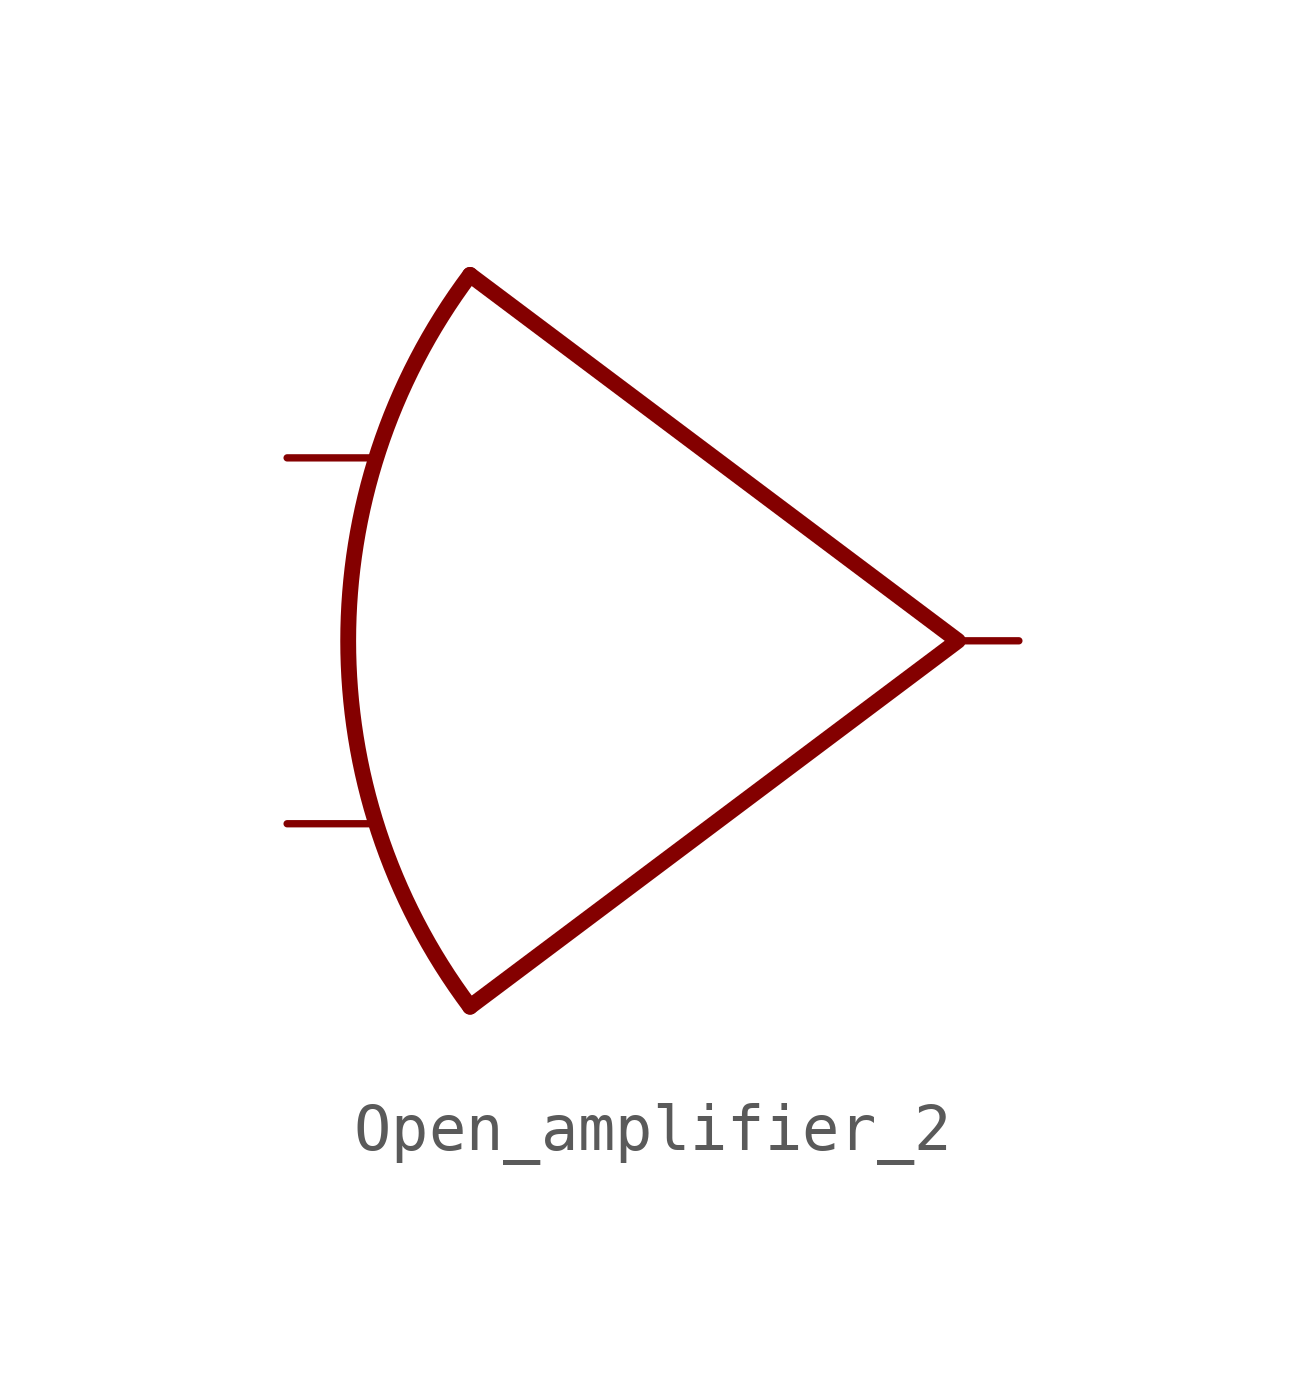
<source format=kicad_sym>
(kicad_symbol_lib
  (version 20211014)
  (generator kicad_symbol_editor)
  (symbol "Open_amplifier_2"
    (property "Reference" "U"
      (at 6.35 10.16 0)
      (effects (font (size 1.27 1.27)) hide))
    (symbol "Open_amplifier_2_0_1"
      (arc (start -5.08 7.62) (mid -7.6182 0) (end -5.08 -7.62) (stroke (width 0.33) (type default) (color 0 0 0 0)) (fill (type none)))
      (polyline (pts (xy -5.08 7.62) (xy 5.08 0) (xy -5.08 -7.62)) (stroke (width 0.33) (type default) (color 0 0 0 0)) (fill (type none))))
    (symbol "Open_amplifier_2_1_1"
      (pin input line (at -8.89 -3.81 0) (length 1.7) (name "" (effects (font (size 1.27 1.27)))) (number "" (effects (font (size 1.27 1.27)))))
      (pin input line (at -8.89 3.81 0) (length 1.7) (name "" (effects (font (size 1.27 1.27)))) (number "" (effects (font (size 1.27 1.27)))))
      (pin output line (at 6.35 0 180) (length 1.27) (name "" (effects (font (size 1.27 1.27)))) (number "" (effects (font (size 1.27 1.27))))))))
</source>
